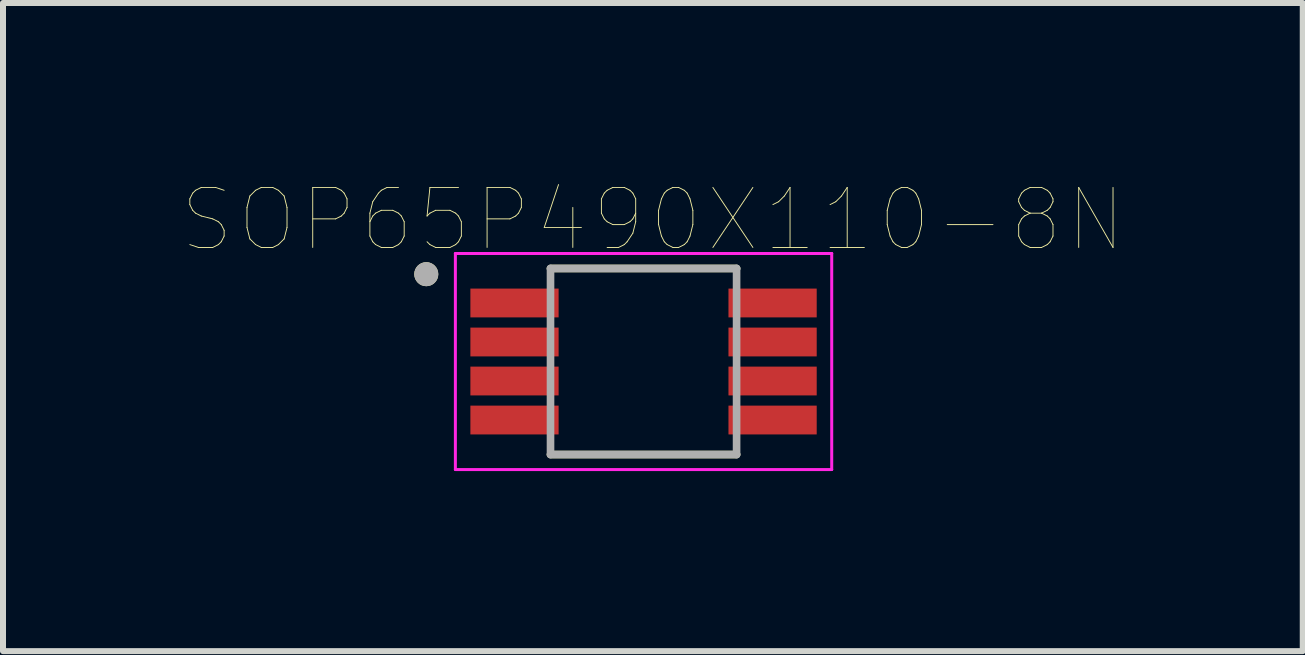
<source format=kicad_pcb>
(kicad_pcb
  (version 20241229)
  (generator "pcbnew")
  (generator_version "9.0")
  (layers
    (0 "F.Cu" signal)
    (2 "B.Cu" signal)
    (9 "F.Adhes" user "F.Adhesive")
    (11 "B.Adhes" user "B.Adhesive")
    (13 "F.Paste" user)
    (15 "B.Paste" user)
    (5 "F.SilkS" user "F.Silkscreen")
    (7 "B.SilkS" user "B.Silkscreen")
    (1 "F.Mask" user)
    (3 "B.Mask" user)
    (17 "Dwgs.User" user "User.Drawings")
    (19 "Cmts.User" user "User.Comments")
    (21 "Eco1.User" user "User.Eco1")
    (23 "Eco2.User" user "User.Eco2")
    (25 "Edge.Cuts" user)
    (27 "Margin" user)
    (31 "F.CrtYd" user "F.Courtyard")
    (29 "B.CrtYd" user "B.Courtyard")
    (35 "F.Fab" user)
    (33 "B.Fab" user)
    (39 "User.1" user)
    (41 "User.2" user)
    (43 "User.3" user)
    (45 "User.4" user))
  (footprint "SOP65P490X110-8N"
    (layer "F.Cu")
    (at 7.672 2.973)
    (property "Reference" "SOP65P490X110-8N" (at 0.155 -2.362 0) (layer "F.SilkS") (effects (font (size 1 1) (thickness 0.015))))
    (attr through_hole)
    (fp_line (start -1.55 -1.55) (end 1.55 -1.55) (stroke (width 0.127) (type solid)) (layer "F.SilkS"))
    (fp_line (start -1.55 1.55) (end 1.55 1.55) (stroke (width 0.127) (type solid)) (layer "F.SilkS"))
    (fp_circle (center -3.62 -1.455) (end -3.52 -1.455) (stroke (width 0.2) (type solid)) (fill no) (layer "F.SilkS"))
    (fp_line (start -3.135 -1.8) (end -3.135 1.8) (stroke (width 0.05) (type solid)) (layer "F.CrtYd"))
    (fp_line (start -3.135 -1.8) (end 3.135 -1.8) (stroke (width 0.05) (type solid)) (layer "F.CrtYd"))
    (fp_line (start -3.135 1.8) (end 3.135 1.8) (stroke (width 0.05) (type solid)) (layer "F.CrtYd"))
    (fp_line (start 3.135 -1.8) (end 3.135 1.8) (stroke (width 0.05) (type solid)) (layer "F.CrtYd"))
    (fp_line (start -1.55 -1.55) (end -1.55 1.55) (stroke (width 0.127) (type solid)) (layer "F.Fab"))
    (fp_line (start -1.55 -1.55) (end 1.55 -1.55) (stroke (width 0.127) (type solid)) (layer "F.Fab"))
    (fp_line (start -1.55 1.55) (end 1.55 1.55) (stroke (width 0.127) (type solid)) (layer "F.Fab"))
    (fp_line (start 1.55 -1.55) (end 1.55 1.55) (stroke (width 0.127) (type solid)) (layer "F.Fab"))
    (fp_circle (center -3.62 -1.455) (end -3.52 -1.455) (stroke (width 0.2) (type solid)) (fill no) (layer "F.Fab"))
    (pad "1" smd rect (at -2.15 -0.975) (size 1.47 0.48) (layers "F.Cu" "F.Mask" "F.Paste"))
    (pad "2" smd rect (at -2.15 -0.325) (size 1.47 0.48) (layers "F.Cu" "F.Mask" "F.Paste"))
    (pad "3" smd rect (at -2.15 0.325) (size 1.47 0.48) (layers "F.Cu" "F.Mask" "F.Paste"))
    (pad "4" smd rect (at -2.15 0.975) (size 1.47 0.48) (layers "F.Cu" "F.Mask" "F.Paste"))
    (pad "5" smd rect (at 2.15 0.975) (size 1.47 0.48) (layers "F.Cu" "F.Mask" "F.Paste"))
    (pad "6" smd rect (at 2.15 0.325) (size 1.47 0.48) (layers "F.Cu" "F.Mask" "F.Paste"))
    (pad "7" smd rect (at 2.15 -0.325) (size 1.47 0.48) (layers "F.Cu" "F.Mask" "F.Paste"))
    (pad "8" smd rect (at 2.15 -0.975) (size 1.47 0.48) (layers "F.Cu" "F.Mask" "F.Paste")))
  (gr_rect
    (start -3 -3)
    (end 18.655 7.798)
    (stroke (width 0.1) (type default))
    (fill no)
    (layer "Edge.Cuts")))
</source>
